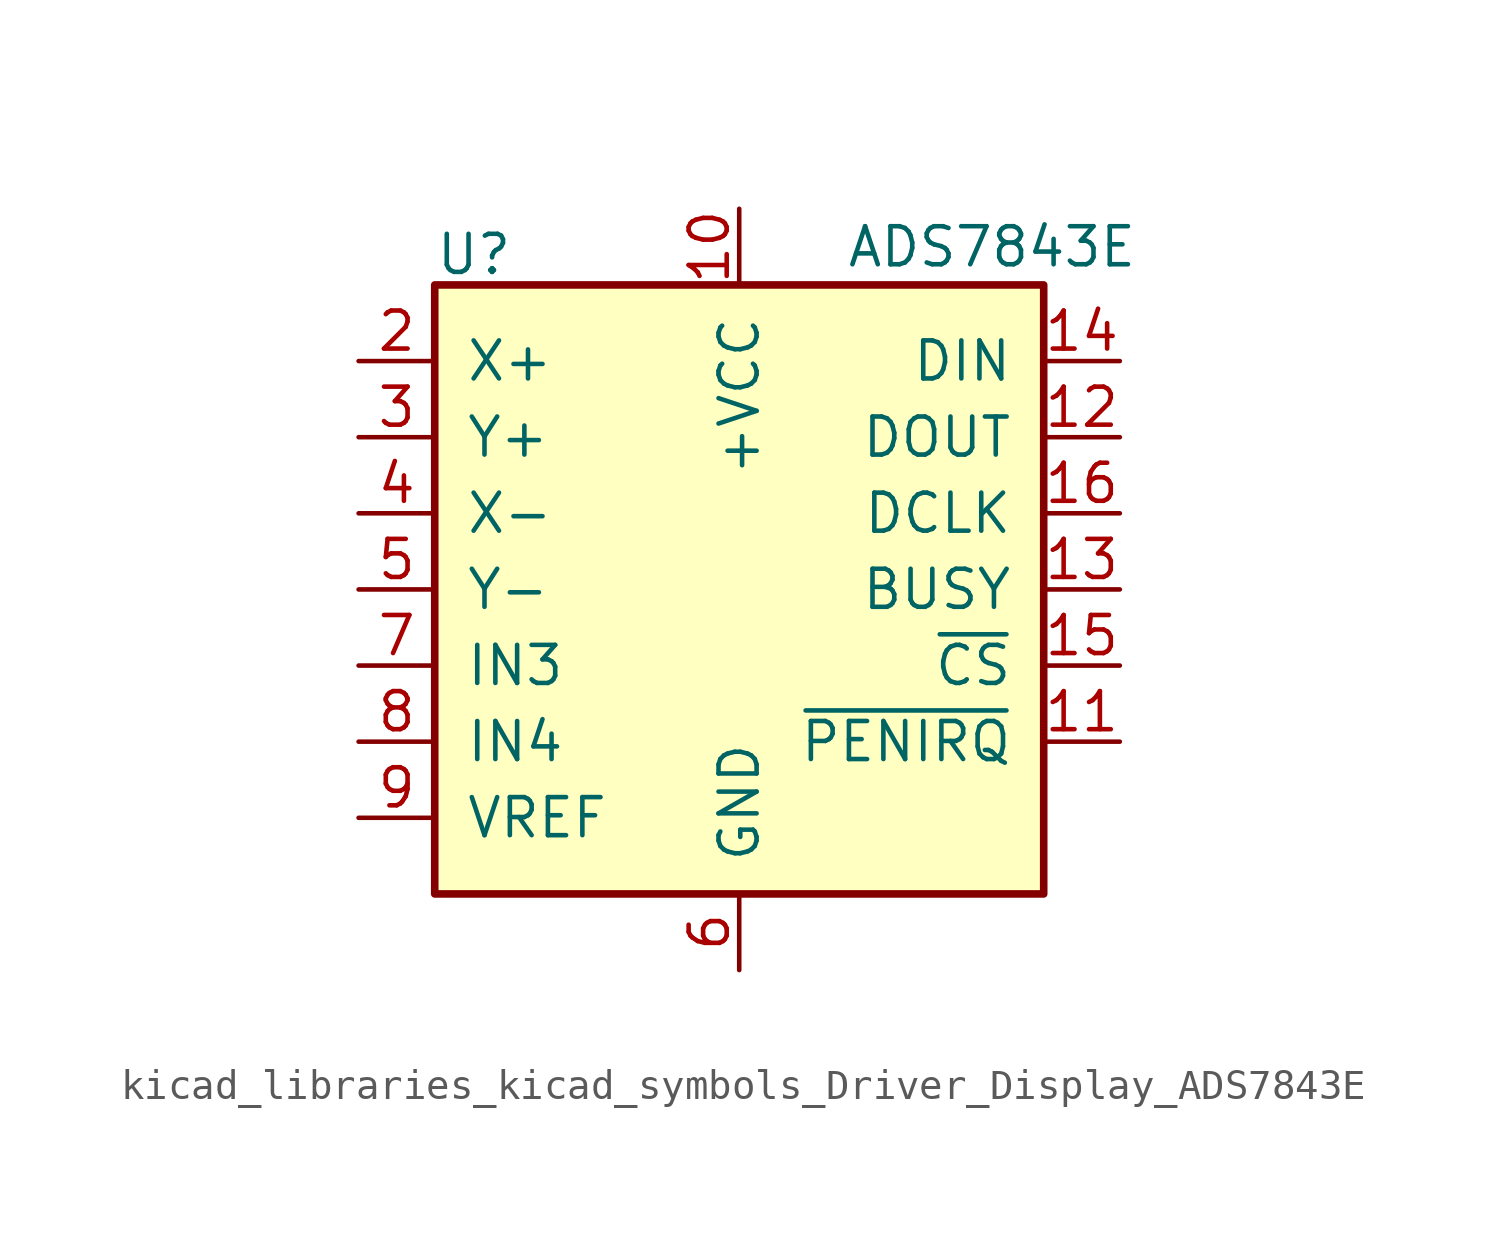
<source format=kicad_sym>
(kicad_symbol_lib
  (version 20220914)
  (generator kicad_symbol_editor)
  (symbol "kicad_libraries_kicad_symbols_Driver_Display_ADS7843E"
    (pin_names
      (offset 1.016))
    (property "Reference" "U"
      (at -10.16 11.176 0)
      (effects (font (size 1.27 1.27)) (justify left)))
    (property "Value" "ADS7843E"
      (at 3.556 11.43 0)
      (effects (font (size 1.27 1.27)) (justify left)))
    (symbol "kicad_libraries_kicad_symbols_Driver_Display_ADS7843E_0_1"
      (rectangle (start -10.16 10.16) (end 10.16 -10.16) (stroke (width 0.254) (type default)) (fill (type background))))
    (symbol "kicad_libraries_kicad_symbols_Driver_Display_ADS7843E_1_1"
      (pin passive line (at 0 12.7 270) (length 2.54) hide (name "+VCC" (effects (font (size 1.27 1.27)))) (number "1" (effects (font (size 1.27 1.27)))))
      (pin power_in line (at 0 12.7 270) (length 2.54) (name "+VCC" (effects (font (size 1.27 1.27)))) (number "10" (effects (font (size 1.27 1.27)))))
      (pin open_collector line (at 12.7 -5.08 180) (length 2.54) (name "~{PENIRQ}" (effects (font (size 1.27 1.27)))) (number "11" (effects (font (size 1.27 1.27)))))
      (pin output line (at 12.7 5.08 180) (length 2.54) (name "DOUT" (effects (font (size 1.27 1.27)))) (number "12" (effects (font (size 1.27 1.27)))))
      (pin output line (at 12.7 0 180) (length 2.54) (name "BUSY" (effects (font (size 1.27 1.27)))) (number "13" (effects (font (size 1.27 1.27)))))
      (pin input line (at 12.7 7.62 180) (length 2.54) (name "DIN" (effects (font (size 1.27 1.27)))) (number "14" (effects (font (size 1.27 1.27)))))
      (pin input line (at 12.7 -2.54 180) (length 2.54) (name "~{CS}" (effects (font (size 1.27 1.27)))) (number "15" (effects (font (size 1.27 1.27)))))
      (pin input line (at 12.7 2.54 180) (length 2.54) (name "DCLK" (effects (font (size 1.27 1.27)))) (number "16" (effects (font (size 1.27 1.27)))))
      (pin input line (at -12.7 7.62 0) (length 2.54) (name "X+" (effects (font (size 1.27 1.27)))) (number "2" (effects (font (size 1.27 1.27)))))
      (pin input line (at -12.7 5.08 0) (length 2.54) (name "Y+" (effects (font (size 1.27 1.27)))) (number "3" (effects (font (size 1.27 1.27)))))
      (pin input line (at -12.7 2.54 0) (length 2.54) (name "X-" (effects (font (size 1.27 1.27)))) (number "4" (effects (font (size 1.27 1.27)))))
      (pin input line (at -12.7 0 0) (length 2.54) (name "Y-" (effects (font (size 1.27 1.27)))) (number "5" (effects (font (size 1.27 1.27)))))
      (pin power_in line (at 0 -12.7 90) (length 2.54) (name "GND" (effects (font (size 1.27 1.27)))) (number "6" (effects (font (size 1.27 1.27)))))
      (pin input line (at -12.7 -2.54 0) (length 2.54) (name "IN3" (effects (font (size 1.27 1.27)))) (number "7" (effects (font (size 1.27 1.27)))))
      (pin input line (at -12.7 -5.08 0) (length 2.54) (name "IN4" (effects (font (size 1.27 1.27)))) (number "8" (effects (font (size 1.27 1.27)))))
      (pin input line (at -12.7 -7.62 0) (length 2.54) (name "VREF" (effects (font (size 1.27 1.27)))) (number "9" (effects (font (size 1.27 1.27))))))))
</source>
